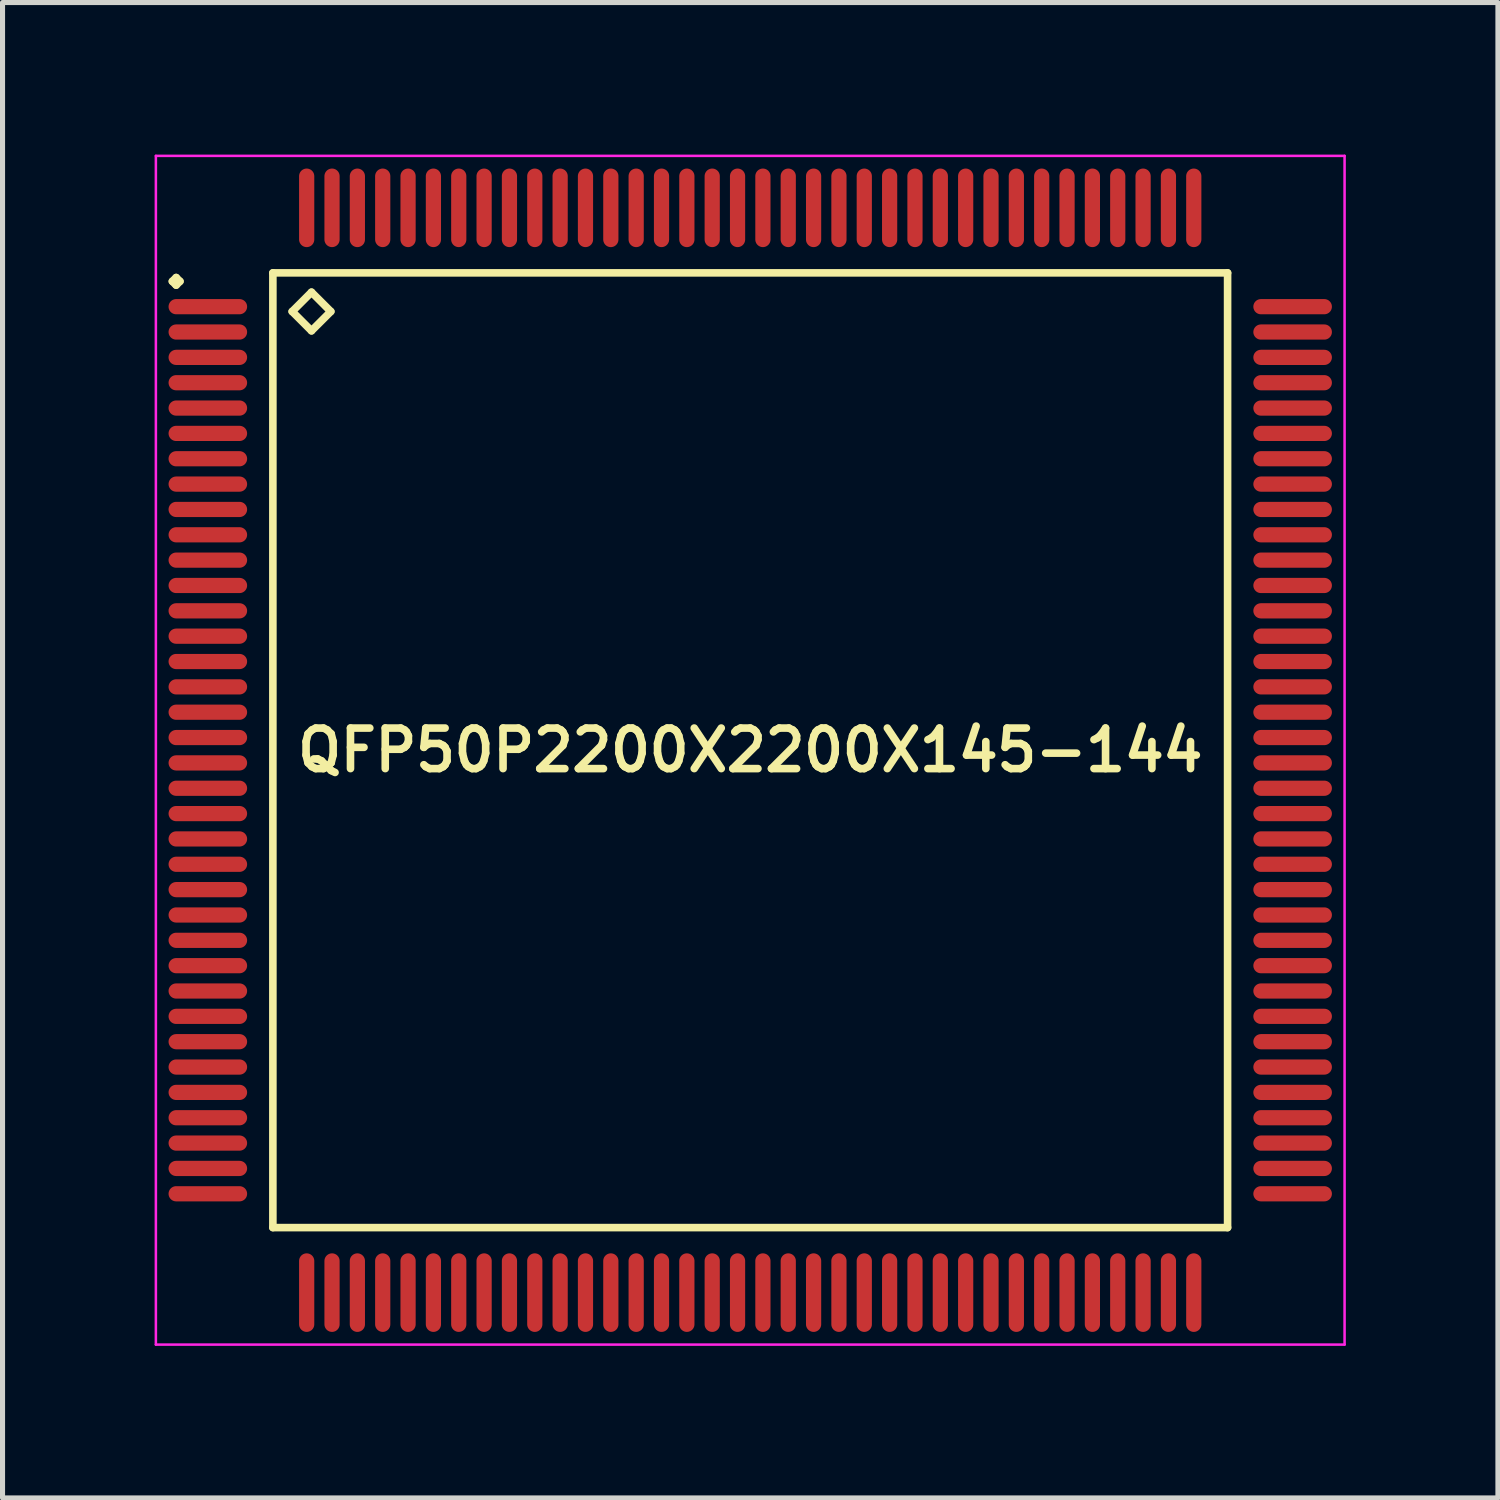
<source format=kicad_pcb>
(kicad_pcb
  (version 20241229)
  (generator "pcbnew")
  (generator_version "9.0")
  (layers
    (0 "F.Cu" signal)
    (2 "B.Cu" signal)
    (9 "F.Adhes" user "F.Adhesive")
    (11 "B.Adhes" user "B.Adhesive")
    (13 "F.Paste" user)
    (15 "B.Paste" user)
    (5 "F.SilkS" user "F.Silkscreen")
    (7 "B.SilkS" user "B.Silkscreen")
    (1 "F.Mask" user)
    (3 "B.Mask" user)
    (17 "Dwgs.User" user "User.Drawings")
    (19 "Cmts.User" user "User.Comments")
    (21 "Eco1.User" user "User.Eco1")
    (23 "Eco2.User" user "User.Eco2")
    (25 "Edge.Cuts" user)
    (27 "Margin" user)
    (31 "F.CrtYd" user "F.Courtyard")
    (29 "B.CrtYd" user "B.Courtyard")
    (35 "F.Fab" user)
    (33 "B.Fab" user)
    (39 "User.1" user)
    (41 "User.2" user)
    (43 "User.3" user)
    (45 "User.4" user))
  (footprint "QFP50P2200X2200X145-144"
    (layer "F.Cu")
    (at 11.75 11.75)
    (property "Reference" "QFP50P2200X2200X145-144" (at 0 0 0) (layer "F.SilkS") (effects (font (size 0.8 0.8) (thickness 0.15))))
    (attr smd)
    (fp_line (start -11.4 -9.25) (end -11.325 -9.325) (stroke (width 0.15) (type solid)) (layer "F.SilkS"))
    (fp_line (start -11.325 -9.325) (end -11.25 -9.25) (stroke (width 0.15) (type solid)) (layer "F.SilkS"))
    (fp_line (start -11.325 -9.175) (end -11.4 -9.25) (stroke (width 0.15) (type solid)) (layer "F.SilkS"))
    (fp_line (start -11.25 -9.25) (end -11.325 -9.175) (stroke (width 0.15) (type solid)) (layer "F.SilkS"))
    (fp_line (start -9.417 -9.417) (end -9.417 9.417) (stroke (width 0.15) (type solid)) (layer "F.SilkS"))
    (fp_line (start -9.417 9.417) (end 9.417 9.417) (stroke (width 0.15) (type solid)) (layer "F.SilkS"))
    (fp_line (start -9.036 -8.655) (end -8.655 -9.036) (stroke (width 0.15) (type solid)) (layer "F.SilkS"))
    (fp_line (start -8.655 -9.036) (end -8.274 -8.655) (stroke (width 0.15) (type solid)) (layer "F.SilkS"))
    (fp_line (start -8.655 -8.274) (end -9.036 -8.655) (stroke (width 0.15) (type solid)) (layer "F.SilkS"))
    (fp_line (start -8.274 -8.655) (end -8.655 -8.274) (stroke (width 0.15) (type solid)) (layer "F.SilkS"))
    (fp_line (start 9.417 -9.417) (end -9.417 -9.417) (stroke (width 0.15) (type solid)) (layer "F.SilkS"))
    (fp_line (start 9.417 9.417) (end 9.417 -9.417) (stroke (width 0.15) (type solid)) (layer "F.SilkS"))
    (fp_line (start -11.725 -11.725) (end 11.725 -11.725) (stroke (width 0.05) (type solid)) (layer "F.CrtYd"))
    (fp_line (start -11.725 11.725) (end -11.725 -11.725) (stroke (width 0.05) (type solid)) (layer "F.CrtYd"))
    (fp_line (start 11.725 -11.725) (end 11.725 11.725) (stroke (width 0.05) (type solid)) (layer "F.CrtYd"))
    (fp_line (start 11.725 11.725) (end -11.725 11.725) (stroke (width 0.05) (type solid)) (layer "F.CrtYd"))
    (pad "1" smd oval (at -10.7 -8.75) (size 1.55 0.3) (layers "F.Cu" "F.Mask" "F.Paste"))
    (pad "2" smd oval (at -10.7 -8.25) (size 1.55 0.3) (layers "F.Cu" "F.Mask" "F.Paste"))
    (pad "3" smd oval (at -10.7 -7.75) (size 1.55 0.3) (layers "F.Cu" "F.Mask" "F.Paste"))
    (pad "4" smd oval (at -10.7 -7.25) (size 1.55 0.3) (layers "F.Cu" "F.Mask" "F.Paste"))
    (pad "5" smd oval (at -10.7 -6.75) (size 1.55 0.3) (layers "F.Cu" "F.Mask" "F.Paste"))
    (pad "6" smd oval (at -10.7 -6.25) (size 1.55 0.3) (layers "F.Cu" "F.Mask" "F.Paste"))
    (pad "7" smd oval (at -10.7 -5.75) (size 1.55 0.3) (layers "F.Cu" "F.Mask" "F.Paste"))
    (pad "8" smd oval (at -10.7 -5.25) (size 1.55 0.3) (layers "F.Cu" "F.Mask" "F.Paste"))
    (pad "9" smd oval (at -10.7 -4.75) (size 1.55 0.3) (layers "F.Cu" "F.Mask" "F.Paste"))
    (pad "10" smd oval (at -10.7 -4.25) (size 1.55 0.3) (layers "F.Cu" "F.Mask" "F.Paste"))
    (pad "11" smd oval (at -10.7 -3.75) (size 1.55 0.3) (layers "F.Cu" "F.Mask" "F.Paste"))
    (pad "12" smd oval (at -10.7 -3.25) (size 1.55 0.3) (layers "F.Cu" "F.Mask" "F.Paste"))
    (pad "13" smd oval (at -10.7 -2.75) (size 1.55 0.3) (layers "F.Cu" "F.Mask" "F.Paste"))
    (pad "14" smd oval (at -10.7 -2.25) (size 1.55 0.3) (layers "F.Cu" "F.Mask" "F.Paste"))
    (pad "15" smd oval (at -10.7 -1.75) (size 1.55 0.3) (layers "F.Cu" "F.Mask" "F.Paste"))
    (pad "16" smd oval (at -10.7 -1.25) (size 1.55 0.3) (layers "F.Cu" "F.Mask" "F.Paste"))
    (pad "17" smd oval (at -10.7 -0.75) (size 1.55 0.3) (layers "F.Cu" "F.Mask" "F.Paste"))
    (pad "18" smd oval (at -10.7 -0.25) (size 1.55 0.3) (layers "F.Cu" "F.Mask" "F.Paste"))
    (pad "19" smd oval (at -10.7 0.25) (size 1.55 0.3) (layers "F.Cu" "F.Mask" "F.Paste"))
    (pad "20" smd oval (at -10.7 0.75) (size 1.55 0.3) (layers "F.Cu" "F.Mask" "F.Paste"))
    (pad "21" smd oval (at -10.7 1.25) (size 1.55 0.3) (layers "F.Cu" "F.Mask" "F.Paste"))
    (pad "22" smd oval (at -10.7 1.75) (size 1.55 0.3) (layers "F.Cu" "F.Mask" "F.Paste"))
    (pad "23" smd oval (at -10.7 2.25) (size 1.55 0.3) (layers "F.Cu" "F.Mask" "F.Paste"))
    (pad "24" smd oval (at -10.7 2.75) (size 1.55 0.3) (layers "F.Cu" "F.Mask" "F.Paste"))
    (pad "25" smd oval (at -10.7 3.25) (size 1.55 0.3) (layers "F.Cu" "F.Mask" "F.Paste"))
    (pad "26" smd oval (at -10.7 3.75) (size 1.55 0.3) (layers "F.Cu" "F.Mask" "F.Paste"))
    (pad "27" smd oval (at -10.7 4.25) (size 1.55 0.3) (layers "F.Cu" "F.Mask" "F.Paste"))
    (pad "28" smd oval (at -10.7 4.75) (size 1.55 0.3) (layers "F.Cu" "F.Mask" "F.Paste"))
    (pad "29" smd oval (at -10.7 5.25) (size 1.55 0.3) (layers "F.Cu" "F.Mask" "F.Paste"))
    (pad "30" smd oval (at -10.7 5.75) (size 1.55 0.3) (layers "F.Cu" "F.Mask" "F.Paste"))
    (pad "31" smd oval (at -10.7 6.25) (size 1.55 0.3) (layers "F.Cu" "F.Mask" "F.Paste"))
    (pad "32" smd oval (at -10.7 6.75) (size 1.55 0.3) (layers "F.Cu" "F.Mask" "F.Paste"))
    (pad "33" smd oval (at -10.7 7.25) (size 1.55 0.3) (layers "F.Cu" "F.Mask" "F.Paste"))
    (pad "34" smd oval (at -10.7 7.75) (size 1.55 0.3) (layers "F.Cu" "F.Mask" "F.Paste"))
    (pad "35" smd oval (at -10.7 8.25) (size 1.55 0.3) (layers "F.Cu" "F.Mask" "F.Paste"))
    (pad "36" smd oval (at -10.7 8.75) (size 1.55 0.3) (layers "F.Cu" "F.Mask" "F.Paste"))
    (pad "37" smd oval (at -8.75 10.7) (size 0.3 1.55) (layers "F.Cu" "F.Mask" "F.Paste"))
    (pad "38" smd oval (at -8.25 10.7) (size 0.3 1.55) (layers "F.Cu" "F.Mask" "F.Paste"))
    (pad "39" smd oval (at -7.75 10.7) (size 0.3 1.55) (layers "F.Cu" "F.Mask" "F.Paste"))
    (pad "40" smd oval (at -7.25 10.7) (size 0.3 1.55) (layers "F.Cu" "F.Mask" "F.Paste"))
    (pad "41" smd oval (at -6.75 10.7) (size 0.3 1.55) (layers "F.Cu" "F.Mask" "F.Paste"))
    (pad "42" smd oval (at -6.25 10.7) (size 0.3 1.55) (layers "F.Cu" "F.Mask" "F.Paste"))
    (pad "43" smd oval (at -5.75 10.7) (size 0.3 1.55) (layers "F.Cu" "F.Mask" "F.Paste"))
    (pad "44" smd oval (at -5.25 10.7) (size 0.3 1.55) (layers "F.Cu" "F.Mask" "F.Paste"))
    (pad "45" smd oval (at -4.75 10.7) (size 0.3 1.55) (layers "F.Cu" "F.Mask" "F.Paste"))
    (pad "46" smd oval (at -4.25 10.7) (size 0.3 1.55) (layers "F.Cu" "F.Mask" "F.Paste"))
    (pad "47" smd oval (at -3.75 10.7) (size 0.3 1.55) (layers "F.Cu" "F.Mask" "F.Paste"))
    (pad "48" smd oval (at -3.25 10.7) (size 0.3 1.55) (layers "F.Cu" "F.Mask" "F.Paste"))
    (pad "49" smd oval (at -2.75 10.7) (size 0.3 1.55) (layers "F.Cu" "F.Mask" "F.Paste"))
    (pad "50" smd oval (at -2.25 10.7) (size 0.3 1.55) (layers "F.Cu" "F.Mask" "F.Paste"))
    (pad "51" smd oval (at -1.75 10.7) (size 0.3 1.55) (layers "F.Cu" "F.Mask" "F.Paste"))
    (pad "52" smd oval (at -1.25 10.7) (size 0.3 1.55) (layers "F.Cu" "F.Mask" "F.Paste"))
    (pad "53" smd oval (at -0.75 10.7) (size 0.3 1.55) (layers "F.Cu" "F.Mask" "F.Paste"))
    (pad "54" smd oval (at -0.25 10.7) (size 0.3 1.55) (layers "F.Cu" "F.Mask" "F.Paste"))
    (pad "55" smd oval (at 0.25 10.7) (size 0.3 1.55) (layers "F.Cu" "F.Mask" "F.Paste"))
    (pad "56" smd oval (at 0.75 10.7) (size 0.3 1.55) (layers "F.Cu" "F.Mask" "F.Paste"))
    (pad "57" smd oval (at 1.25 10.7) (size 0.3 1.55) (layers "F.Cu" "F.Mask" "F.Paste"))
    (pad "58" smd oval (at 1.75 10.7) (size 0.3 1.55) (layers "F.Cu" "F.Mask" "F.Paste"))
    (pad "59" smd oval (at 2.25 10.7) (size 0.3 1.55) (layers "F.Cu" "F.Mask" "F.Paste"))
    (pad "60" smd oval (at 2.75 10.7) (size 0.3 1.55) (layers "F.Cu" "F.Mask" "F.Paste"))
    (pad "61" smd oval (at 3.25 10.7) (size 0.3 1.55) (layers "F.Cu" "F.Mask" "F.Paste"))
    (pad "62" smd oval (at 3.75 10.7) (size 0.3 1.55) (layers "F.Cu" "F.Mask" "F.Paste"))
    (pad "63" smd oval (at 4.25 10.7) (size 0.3 1.55) (layers "F.Cu" "F.Mask" "F.Paste"))
    (pad "64" smd oval (at 4.75 10.7) (size 0.3 1.55) (layers "F.Cu" "F.Mask" "F.Paste"))
    (pad "65" smd oval (at 5.25 10.7) (size 0.3 1.55) (layers "F.Cu" "F.Mask" "F.Paste"))
    (pad "66" smd oval (at 5.75 10.7) (size 0.3 1.55) (layers "F.Cu" "F.Mask" "F.Paste"))
    (pad "67" smd oval (at 6.25 10.7) (size 0.3 1.55) (layers "F.Cu" "F.Mask" "F.Paste"))
    (pad "68" smd oval (at 6.75 10.7) (size 0.3 1.55) (layers "F.Cu" "F.Mask" "F.Paste"))
    (pad "69" smd oval (at 7.25 10.7) (size 0.3 1.55) (layers "F.Cu" "F.Mask" "F.Paste"))
    (pad "70" smd oval (at 7.75 10.7) (size 0.3 1.55) (layers "F.Cu" "F.Mask" "F.Paste"))
    (pad "71" smd oval (at 8.25 10.7) (size 0.3 1.55) (layers "F.Cu" "F.Mask" "F.Paste"))
    (pad "72" smd oval (at 8.75 10.7) (size 0.3 1.55) (layers "F.Cu" "F.Mask" "F.Paste"))
    (pad "73" smd oval (at 10.7 8.75) (size 1.55 0.3) (layers "F.Cu" "F.Mask" "F.Paste"))
    (pad "74" smd oval (at 10.7 8.25) (size 1.55 0.3) (layers "F.Cu" "F.Mask" "F.Paste"))
    (pad "75" smd oval (at 10.7 7.75) (size 1.55 0.3) (layers "F.Cu" "F.Mask" "F.Paste"))
    (pad "76" smd oval (at 10.7 7.25) (size 1.55 0.3) (layers "F.Cu" "F.Mask" "F.Paste"))
    (pad "77" smd oval (at 10.7 6.75) (size 1.55 0.3) (layers "F.Cu" "F.Mask" "F.Paste"))
    (pad "78" smd oval (at 10.7 6.25) (size 1.55 0.3) (layers "F.Cu" "F.Mask" "F.Paste"))
    (pad "79" smd oval (at 10.7 5.75) (size 1.55 0.3) (layers "F.Cu" "F.Mask" "F.Paste"))
    (pad "80" smd oval (at 10.7 5.25) (size 1.55 0.3) (layers "F.Cu" "F.Mask" "F.Paste"))
    (pad "81" smd oval (at 10.7 4.75) (size 1.55 0.3) (layers "F.Cu" "F.Mask" "F.Paste"))
    (pad "82" smd oval (at 10.7 4.25) (size 1.55 0.3) (layers "F.Cu" "F.Mask" "F.Paste"))
    (pad "83" smd oval (at 10.7 3.75) (size 1.55 0.3) (layers "F.Cu" "F.Mask" "F.Paste"))
    (pad "84" smd oval (at 10.7 3.25) (size 1.55 0.3) (layers "F.Cu" "F.Mask" "F.Paste"))
    (pad "85" smd oval (at 10.7 2.75) (size 1.55 0.3) (layers "F.Cu" "F.Mask" "F.Paste"))
    (pad "86" smd oval (at 10.7 2.25) (size 1.55 0.3) (layers "F.Cu" "F.Mask" "F.Paste"))
    (pad "87" smd oval (at 10.7 1.75) (size 1.55 0.3) (layers "F.Cu" "F.Mask" "F.Paste"))
    (pad "88" smd oval (at 10.7 1.25) (size 1.55 0.3) (layers "F.Cu" "F.Mask" "F.Paste"))
    (pad "89" smd oval (at 10.7 0.75) (size 1.55 0.3) (layers "F.Cu" "F.Mask" "F.Paste"))
    (pad "90" smd oval (at 10.7 0.25) (size 1.55 0.3) (layers "F.Cu" "F.Mask" "F.Paste"))
    (pad "91" smd oval (at 10.7 -0.25) (size 1.55 0.3) (layers "F.Cu" "F.Mask" "F.Paste"))
    (pad "92" smd oval (at 10.7 -0.75) (size 1.55 0.3) (layers "F.Cu" "F.Mask" "F.Paste"))
    (pad "93" smd oval (at 10.7 -1.25) (size 1.55 0.3) (layers "F.Cu" "F.Mask" "F.Paste"))
    (pad "94" smd oval (at 10.7 -1.75) (size 1.55 0.3) (layers "F.Cu" "F.Mask" "F.Paste"))
    (pad "95" smd oval (at 10.7 -2.25) (size 1.55 0.3) (layers "F.Cu" "F.Mask" "F.Paste"))
    (pad "96" smd oval (at 10.7 -2.75) (size 1.55 0.3) (layers "F.Cu" "F.Mask" "F.Paste"))
    (pad "97" smd oval (at 10.7 -3.25) (size 1.55 0.3) (layers "F.Cu" "F.Mask" "F.Paste"))
    (pad "98" smd oval (at 10.7 -3.75) (size 1.55 0.3) (layers "F.Cu" "F.Mask" "F.Paste"))
    (pad "99" smd oval (at 10.7 -4.25) (size 1.55 0.3) (layers "F.Cu" "F.Mask" "F.Paste"))
    (pad "100" smd oval (at 10.7 -4.75) (size 1.55 0.3) (layers "F.Cu" "F.Mask" "F.Paste"))
    (pad "101" smd oval (at 10.7 -5.25) (size 1.55 0.3) (layers "F.Cu" "F.Mask" "F.Paste"))
    (pad "102" smd oval (at 10.7 -5.75) (size 1.55 0.3) (layers "F.Cu" "F.Mask" "F.Paste"))
    (pad "103" smd oval (at 10.7 -6.25) (size 1.55 0.3) (layers "F.Cu" "F.Mask" "F.Paste"))
    (pad "104" smd oval (at 10.7 -6.75) (size 1.55 0.3) (layers "F.Cu" "F.Mask" "F.Paste"))
    (pad "105" smd oval (at 10.7 -7.25) (size 1.55 0.3) (layers "F.Cu" "F.Mask" "F.Paste"))
    (pad "106" smd oval (at 10.7 -7.75) (size 1.55 0.3) (layers "F.Cu" "F.Mask" "F.Paste"))
    (pad "107" smd oval (at 10.7 -8.25) (size 1.55 0.3) (layers "F.Cu" "F.Mask" "F.Paste"))
    (pad "108" smd oval (at 10.7 -8.75) (size 1.55 0.3) (layers "F.Cu" "F.Mask" "F.Paste"))
    (pad "109" smd oval (at 8.75 -10.7) (size 0.3 1.55) (layers "F.Cu" "F.Mask" "F.Paste"))
    (pad "110" smd oval (at 8.25 -10.7) (size 0.3 1.55) (layers "F.Cu" "F.Mask" "F.Paste"))
    (pad "111" smd oval (at 7.75 -10.7) (size 0.3 1.55) (layers "F.Cu" "F.Mask" "F.Paste"))
    (pad "112" smd oval (at 7.25 -10.7) (size 0.3 1.55) (layers "F.Cu" "F.Mask" "F.Paste"))
    (pad "113" smd oval (at 6.75 -10.7) (size 0.3 1.55) (layers "F.Cu" "F.Mask" "F.Paste"))
    (pad "114" smd oval (at 6.25 -10.7) (size 0.3 1.55) (layers "F.Cu" "F.Mask" "F.Paste"))
    (pad "115" smd oval (at 5.75 -10.7) (size 0.3 1.55) (layers "F.Cu" "F.Mask" "F.Paste"))
    (pad "116" smd oval (at 5.25 -10.7) (size 0.3 1.55) (layers "F.Cu" "F.Mask" "F.Paste"))
    (pad "117" smd oval (at 4.75 -10.7) (size 0.3 1.55) (layers "F.Cu" "F.Mask" "F.Paste"))
    (pad "118" smd oval (at 4.25 -10.7) (size 0.3 1.55) (layers "F.Cu" "F.Mask" "F.Paste"))
    (pad "119" smd oval (at 3.75 -10.7) (size 0.3 1.55) (layers "F.Cu" "F.Mask" "F.Paste"))
    (pad "120" smd oval (at 3.25 -10.7) (size 0.3 1.55) (layers "F.Cu" "F.Mask" "F.Paste"))
    (pad "121" smd oval (at 2.75 -10.7) (size 0.3 1.55) (layers "F.Cu" "F.Mask" "F.Paste"))
    (pad "122" smd oval (at 2.25 -10.7) (size 0.3 1.55) (layers "F.Cu" "F.Mask" "F.Paste"))
    (pad "123" smd oval (at 1.75 -10.7) (size 0.3 1.55) (layers "F.Cu" "F.Mask" "F.Paste"))
    (pad "124" smd oval (at 1.25 -10.7) (size 0.3 1.55) (layers "F.Cu" "F.Mask" "F.Paste"))
    (pad "125" smd oval (at 0.75 -10.7) (size 0.3 1.55) (layers "F.Cu" "F.Mask" "F.Paste"))
    (pad "126" smd oval (at 0.25 -10.7) (size 0.3 1.55) (layers "F.Cu" "F.Mask" "F.Paste"))
    (pad "127" smd oval (at -0.25 -10.7) (size 0.3 1.55) (layers "F.Cu" "F.Mask" "F.Paste"))
    (pad "128" smd oval (at -0.75 -10.7) (size 0.3 1.55) (layers "F.Cu" "F.Mask" "F.Paste"))
    (pad "129" smd oval (at -1.25 -10.7) (size 0.3 1.55) (layers "F.Cu" "F.Mask" "F.Paste"))
    (pad "130" smd oval (at -1.75 -10.7) (size 0.3 1.55) (layers "F.Cu" "F.Mask" "F.Paste"))
    (pad "131" smd oval (at -2.25 -10.7) (size 0.3 1.55) (layers "F.Cu" "F.Mask" "F.Paste"))
    (pad "132" smd oval (at -2.75 -10.7) (size 0.3 1.55) (layers "F.Cu" "F.Mask" "F.Paste"))
    (pad "133" smd oval (at -3.25 -10.7) (size 0.3 1.55) (layers "F.Cu" "F.Mask" "F.Paste"))
    (pad "134" smd oval (at -3.75 -10.7) (size 0.3 1.55) (layers "F.Cu" "F.Mask" "F.Paste"))
    (pad "135" smd oval (at -4.25 -10.7) (size 0.3 1.55) (layers "F.Cu" "F.Mask" "F.Paste"))
    (pad "136" smd oval (at -4.75 -10.7) (size 0.3 1.55) (layers "F.Cu" "F.Mask" "F.Paste"))
    (pad "137" smd oval (at -5.25 -10.7) (size 0.3 1.55) (layers "F.Cu" "F.Mask" "F.Paste"))
    (pad "138" smd oval (at -5.75 -10.7) (size 0.3 1.55) (layers "F.Cu" "F.Mask" "F.Paste"))
    (pad "139" smd oval (at -6.25 -10.7) (size 0.3 1.55) (layers "F.Cu" "F.Mask" "F.Paste"))
    (pad "140" smd oval (at -6.75 -10.7) (size 0.3 1.55) (layers "F.Cu" "F.Mask" "F.Paste"))
    (pad "141" smd oval (at -7.25 -10.7) (size 0.3 1.55) (layers "F.Cu" "F.Mask" "F.Paste"))
    (pad "142" smd oval (at -7.75 -10.7) (size 0.3 1.55) (layers "F.Cu" "F.Mask" "F.Paste"))
    (pad "143" smd oval (at -8.25 -10.7) (size 0.3 1.55) (layers "F.Cu" "F.Mask" "F.Paste"))
    (pad "144" smd oval (at -8.75 -10.7) (size 0.3 1.55) (layers "F.Cu" "F.Mask" "F.Paste")))
  (gr_rect
    (start -3 -3)
    (end 26.5 26.5)
    (stroke (width 0.1) (type default))
    (fill no)
    (layer "Edge.Cuts")))
</source>
